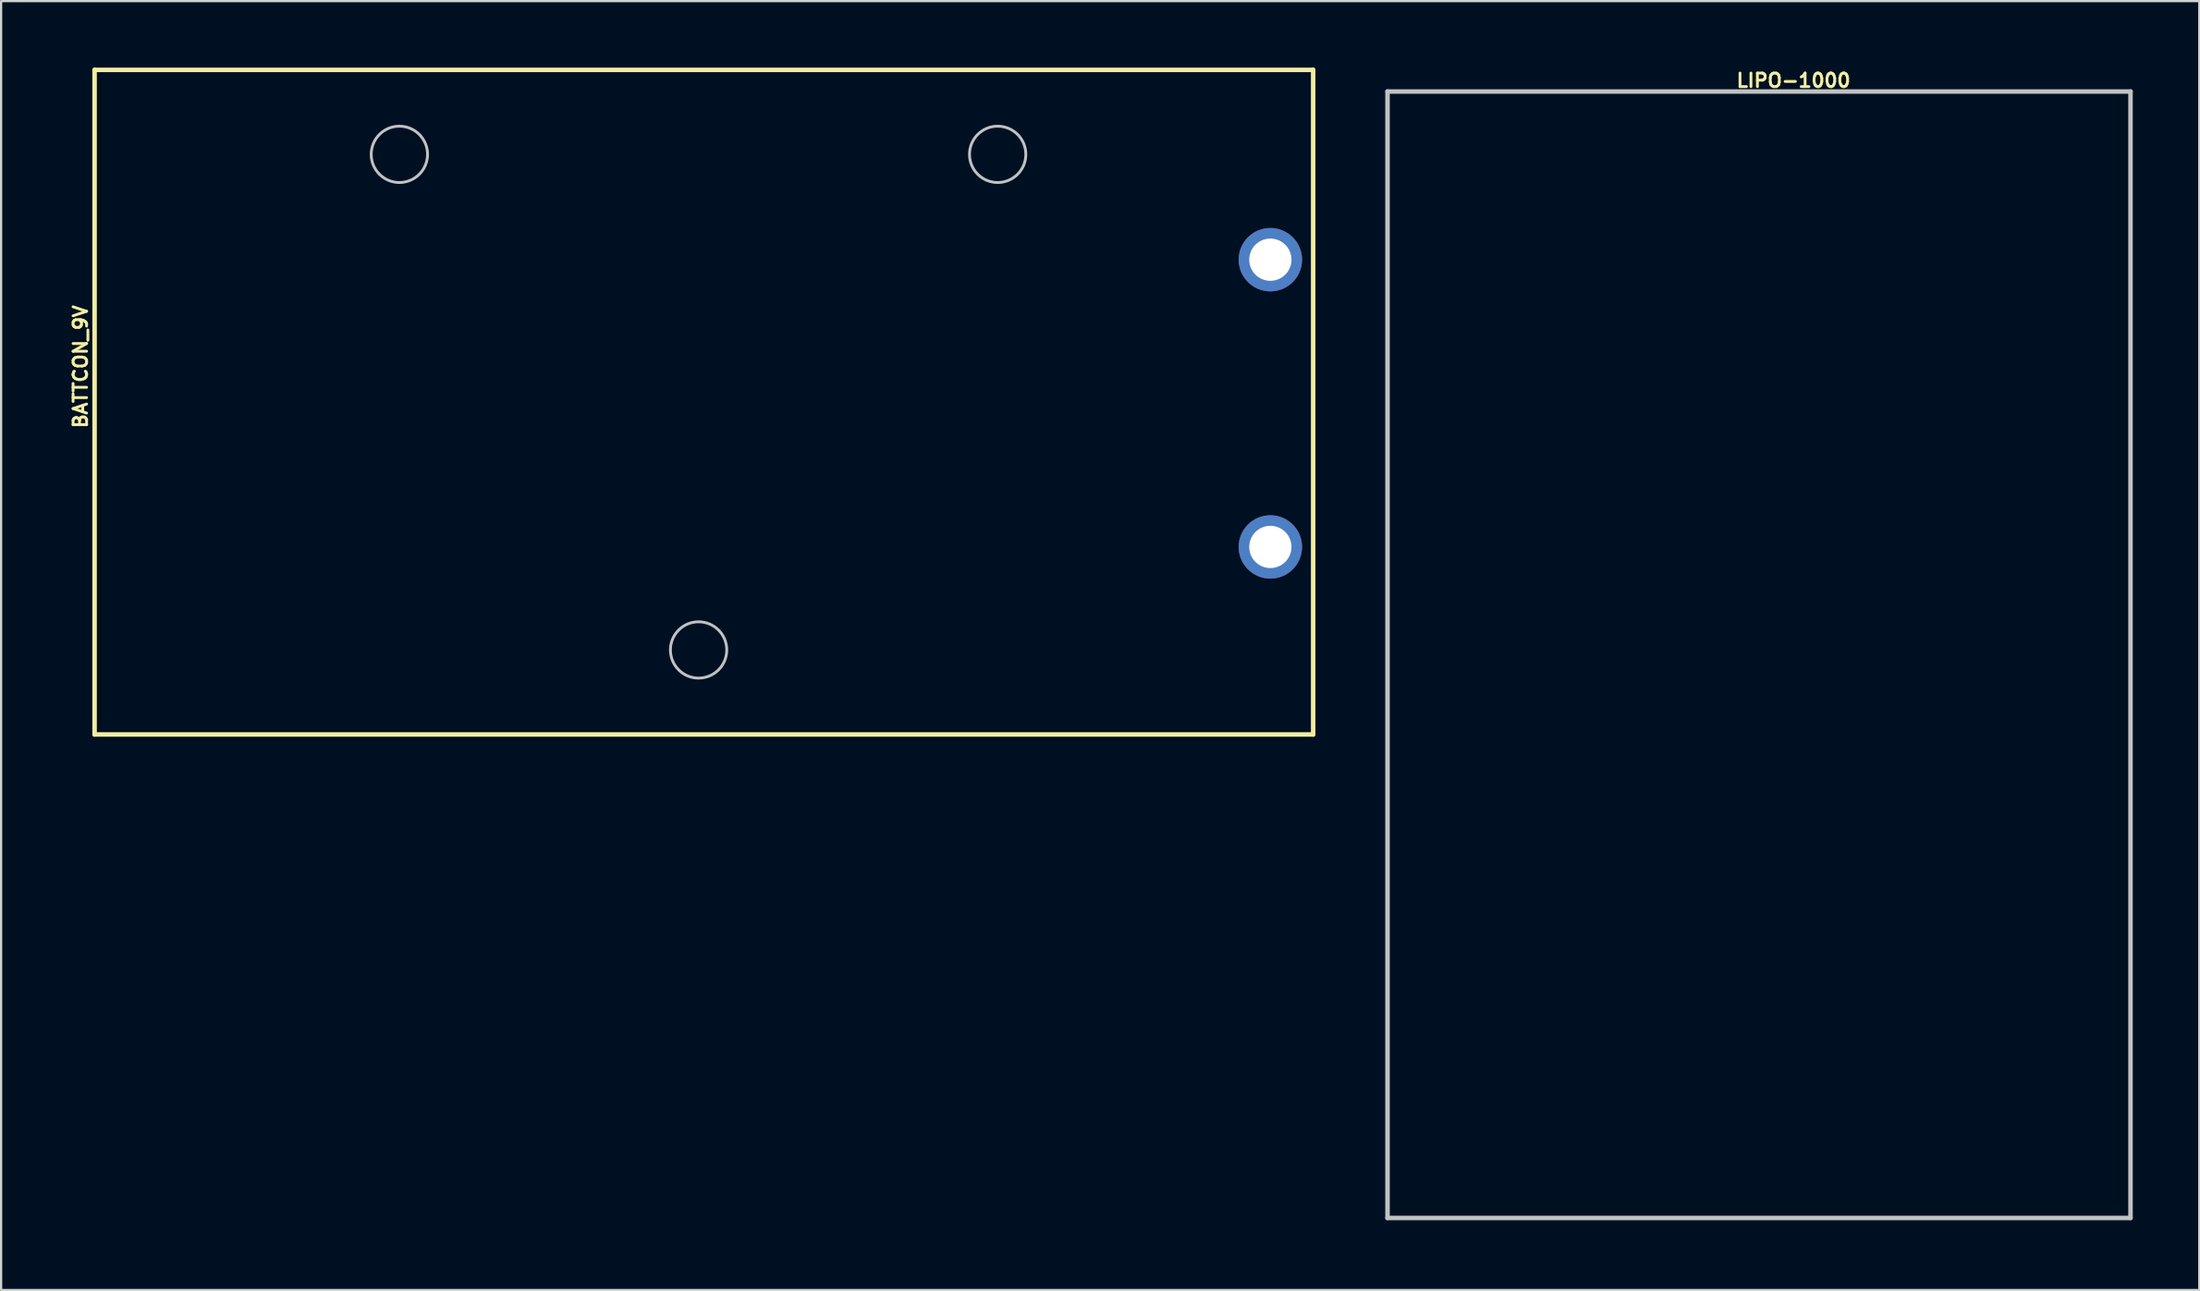
<source format=kicad_pcb>
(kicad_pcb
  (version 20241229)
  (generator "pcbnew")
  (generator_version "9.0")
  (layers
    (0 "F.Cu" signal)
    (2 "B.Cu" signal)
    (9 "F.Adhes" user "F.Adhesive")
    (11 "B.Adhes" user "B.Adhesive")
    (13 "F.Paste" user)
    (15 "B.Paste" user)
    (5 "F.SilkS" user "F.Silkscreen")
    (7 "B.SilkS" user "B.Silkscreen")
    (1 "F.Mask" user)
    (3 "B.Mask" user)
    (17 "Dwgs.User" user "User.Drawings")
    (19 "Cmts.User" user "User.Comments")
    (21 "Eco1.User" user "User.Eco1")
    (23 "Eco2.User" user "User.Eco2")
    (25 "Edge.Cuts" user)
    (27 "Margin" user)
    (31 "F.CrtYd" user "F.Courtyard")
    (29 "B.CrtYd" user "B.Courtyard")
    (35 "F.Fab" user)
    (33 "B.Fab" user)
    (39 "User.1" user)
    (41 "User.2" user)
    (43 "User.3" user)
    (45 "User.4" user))
  (footprint "BATTCON_9V"
    (layer "F.Cu")
    (at 54.224 8.661)
    (property "Reference" "BATTCON_9V" (at -53.645 4.826 90) (layer "F.SilkS") (effects (font (size 0.61 0.61) (thickness 0.127))))
    (attr exclude_from_pos_files exclude_from_bom)
    (fp_line (start -53.01 -8.56) (end 1.93 -8.56) (stroke (width 0.203) (type solid)) (layer "F.SilkS"))
    (fp_line (start -53.01 21.412) (end -53.01 -8.56) (stroke (width 0.203) (type solid)) (layer "F.SilkS"))
    (fp_line (start 1.93 -8.56) (end 1.93 21.412) (stroke (width 0.203) (type solid)) (layer "F.SilkS"))
    (fp_line (start 1.93 21.412) (end -53.01 21.412) (stroke (width 0.203) (type solid)) (layer "F.SilkS"))
    (fp_circle (center -39.268 -4.75) (end -39.268 -6.02) (stroke (width 0.127) (type solid)) (fill no) (layer "Dwgs.User"))
    (fp_circle (center -25.778 17.6) (end -25.778 16.33) (stroke (width 0.127) (type solid)) (fill no) (layer "Dwgs.User"))
    (fp_circle (center -12.294 -4.75) (end -12.294 -6.02) (stroke (width 0.127) (type solid)) (fill no) (layer "Dwgs.User"))
    (pad "+" thru_hole circle (at 0 0) (size 2.857 2.857) (drill 1.905) (layers "*.Cu" "*.Mask"))
    (pad "-" thru_hole circle (at 0 12.954) (size 2.857 2.857) (drill 1.905) (layers "*.Cu" "*.Mask")))
  (footprint "LIPO-1000"
    (layer "F.Cu")
    (at 59.506 51.877)
    (property "Reference" "LIPO-1000" (at 18.303 -51.298 0) (layer "F.SilkS") (effects (font (size 0.61 0.61) (thickness 0.127))))
    (attr exclude_from_pos_files exclude_from_bom)
    (fp_line (start 0 -50.8) (end 0 0) (stroke (width 0.203) (type solid)) (layer "Dwgs.User"))
    (fp_line (start 0 0) (end 33.498 0) (stroke (width 0.203) (type solid)) (layer "Dwgs.User"))
    (fp_line (start 33.498 -50.8) (end 0 -50.8) (stroke (width 0.203) (type solid)) (layer "Dwgs.User"))
    (fp_line (start 33.498 0) (end 33.498 -50.8) (stroke (width 0.203) (type solid)) (layer "Dwgs.User")))
  (gr_rect
    (start -3 -3)
    (end 96.105 55.127)
    (stroke (width 0.1) (type default))
    (fill no)
    (layer "Edge.Cuts")))
</source>
